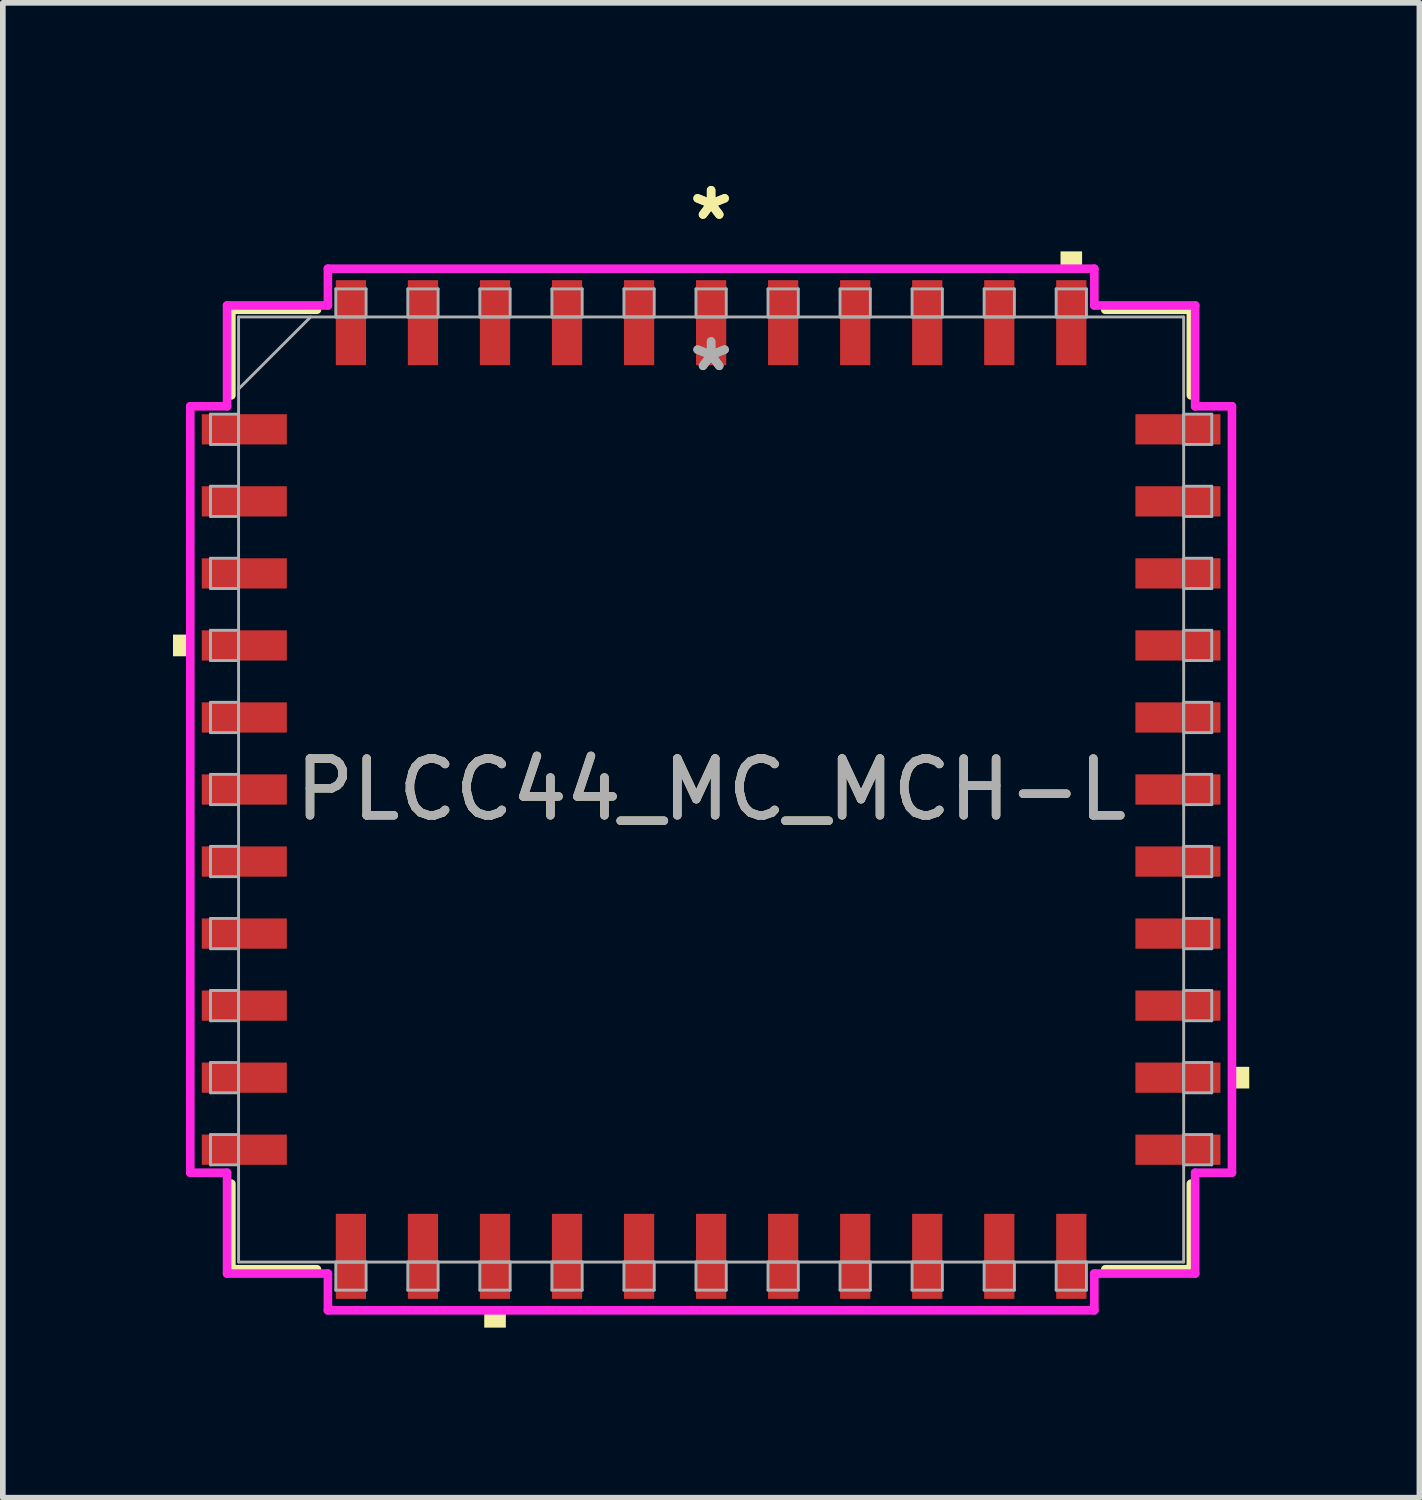
<source format=kicad_pcb>
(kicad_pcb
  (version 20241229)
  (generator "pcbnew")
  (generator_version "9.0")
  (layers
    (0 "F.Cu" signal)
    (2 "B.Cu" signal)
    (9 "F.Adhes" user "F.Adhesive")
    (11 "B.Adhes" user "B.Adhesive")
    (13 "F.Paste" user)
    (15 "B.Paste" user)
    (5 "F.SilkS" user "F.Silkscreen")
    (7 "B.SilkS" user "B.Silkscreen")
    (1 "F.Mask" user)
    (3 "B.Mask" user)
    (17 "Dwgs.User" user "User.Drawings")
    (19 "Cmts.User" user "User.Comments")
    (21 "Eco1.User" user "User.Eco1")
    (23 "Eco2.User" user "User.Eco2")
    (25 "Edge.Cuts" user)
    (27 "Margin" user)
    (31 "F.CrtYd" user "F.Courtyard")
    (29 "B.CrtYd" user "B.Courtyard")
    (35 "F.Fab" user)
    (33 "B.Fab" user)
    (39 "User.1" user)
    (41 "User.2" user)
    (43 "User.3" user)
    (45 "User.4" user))
  (footprint "PLCC44_MC_MCH-L"
    (layer "F.Cu")
    (at 9.487 10.869)
    (property "Reference" "PLCC44_MC_MCH-L" (at 0 0 0) (unlocked yes) (layer "F.SilkS") (effects (font (size 1 1) (thickness 0.15))))
    (attr smd)
    (fp_line (start -8.458 -8.458) (end -8.458 -6.949) (stroke (width 0.152) (type solid)) (layer "F.SilkS"))
    (fp_line (start -8.458 6.949) (end -8.458 8.458) (stroke (width 0.152) (type solid)) (layer "F.SilkS"))
    (fp_line (start -8.458 8.458) (end -6.949 8.458) (stroke (width 0.152) (type solid)) (layer "F.SilkS"))
    (fp_line (start -6.949 -8.458) (end -8.458 -8.458) (stroke (width 0.152) (type solid)) (layer "F.SilkS"))
    (fp_line (start 6.949 8.458) (end 8.458 8.458) (stroke (width 0.152) (type solid)) (layer "F.SilkS"))
    (fp_line (start 8.458 -8.458) (end 6.949 -8.458) (stroke (width 0.152) (type solid)) (layer "F.SilkS"))
    (fp_line (start 8.458 -6.949) (end 8.458 -8.458) (stroke (width 0.152) (type solid)) (layer "F.SilkS"))
    (fp_line (start 8.458 8.458) (end 8.458 6.949) (stroke (width 0.152) (type solid)) (layer "F.SilkS"))
    (fp_poly (pts (xy -9.487 -2.731) (xy -9.487 -2.349) (xy -9.233 -2.349) (xy -9.233 -2.731)) (stroke (width 0) (type solid)) (fill yes) (layer "F.SilkS"))
    (fp_poly (pts (xy -4 9.233) (xy -4 9.487) (xy -3.619 9.487) (xy -3.619 9.233)) (stroke (width 0) (type solid)) (fill yes) (layer "F.SilkS"))
    (fp_poly (pts (xy 6.16 -9.233) (xy 6.16 -9.487) (xy 6.54 -9.487) (xy 6.54 -9.233)) (stroke (width 0) (type solid)) (fill yes) (layer "F.SilkS"))
    (fp_poly (pts (xy 9.487 4.889) (xy 9.487 5.271) (xy 9.233 5.271) (xy 9.233 4.889)) (stroke (width 0) (type solid)) (fill yes) (layer "F.SilkS"))
    (fp_line (start -9.182 -6.756) (end -8.534 -6.756) (stroke (width 0.152) (type solid)) (layer "F.CrtYd"))
    (fp_line (start -9.182 6.756) (end -9.182 -6.756) (stroke (width 0.152) (type solid)) (layer "F.CrtYd"))
    (fp_line (start -9.182 6.756) (end -8.534 6.756) (stroke (width 0.152) (type solid)) (layer "F.CrtYd"))
    (fp_line (start -8.534 -8.534) (end -6.756 -8.534) (stroke (width 0.152) (type solid)) (layer "F.CrtYd"))
    (fp_line (start -8.534 -6.756) (end -8.534 -8.534) (stroke (width 0.152) (type solid)) (layer "F.CrtYd"))
    (fp_line (start -8.534 8.534) (end -8.534 6.756) (stroke (width 0.152) (type solid)) (layer "F.CrtYd"))
    (fp_line (start -6.756 -9.182) (end 6.756 -9.182) (stroke (width 0.152) (type solid)) (layer "F.CrtYd"))
    (fp_line (start -6.756 -8.534) (end -6.756 -9.182) (stroke (width 0.152) (type solid)) (layer "F.CrtYd"))
    (fp_line (start -6.756 8.534) (end -8.534 8.534) (stroke (width 0.152) (type solid)) (layer "F.CrtYd"))
    (fp_line (start -6.756 9.182) (end -6.756 8.534) (stroke (width 0.152) (type solid)) (layer "F.CrtYd"))
    (fp_line (start 6.756 -9.182) (end 6.756 -8.534) (stroke (width 0.152) (type solid)) (layer "F.CrtYd"))
    (fp_line (start 6.756 -8.534) (end 8.534 -8.534) (stroke (width 0.152) (type solid)) (layer "F.CrtYd"))
    (fp_line (start 6.756 8.534) (end 6.756 9.182) (stroke (width 0.152) (type solid)) (layer "F.CrtYd"))
    (fp_line (start 6.756 9.182) (end -6.756 9.182) (stroke (width 0.152) (type solid)) (layer "F.CrtYd"))
    (fp_line (start 8.534 -8.534) (end 8.534 -6.756) (stroke (width 0.152) (type solid)) (layer "F.CrtYd"))
    (fp_line (start 8.534 -6.756) (end 9.182 -6.756) (stroke (width 0.152) (type solid)) (layer "F.CrtYd"))
    (fp_line (start 8.534 6.756) (end 8.534 8.534) (stroke (width 0.152) (type solid)) (layer "F.CrtYd"))
    (fp_line (start 8.534 8.534) (end 6.756 8.534) (stroke (width 0.152) (type solid)) (layer "F.CrtYd"))
    (fp_line (start 9.182 -6.756) (end 9.182 6.756) (stroke (width 0.152) (type solid)) (layer "F.CrtYd"))
    (fp_line (start 9.182 6.756) (end 8.534 6.756) (stroke (width 0.152) (type solid)) (layer "F.CrtYd"))
    (fp_line (start -8.826 -6.617) (end -8.826 -6.083) (stroke (width 0.051) (type solid)) (layer "F.Fab"))
    (fp_line (start -8.826 -6.083) (end -8.331 -6.083) (stroke (width 0.051) (type solid)) (layer "F.Fab"))
    (fp_line (start -8.826 -5.347) (end -8.826 -4.813) (stroke (width 0.051) (type solid)) (layer "F.Fab"))
    (fp_line (start -8.826 -4.813) (end -8.331 -4.813) (stroke (width 0.051) (type solid)) (layer "F.Fab"))
    (fp_line (start -8.826 -4.077) (end -8.826 -3.543) (stroke (width 0.051) (type solid)) (layer "F.Fab"))
    (fp_line (start -8.826 -3.543) (end -8.331 -3.543) (stroke (width 0.051) (type solid)) (layer "F.Fab"))
    (fp_line (start -8.826 -2.807) (end -8.826 -2.273) (stroke (width 0.051) (type solid)) (layer "F.Fab"))
    (fp_line (start -8.826 -2.273) (end -8.331 -2.273) (stroke (width 0.051) (type solid)) (layer "F.Fab"))
    (fp_line (start -8.826 -1.537) (end -8.826 -1.003) (stroke (width 0.051) (type solid)) (layer "F.Fab"))
    (fp_line (start -8.826 -1.003) (end -8.331 -1.003) (stroke (width 0.051) (type solid)) (layer "F.Fab"))
    (fp_line (start -8.826 -0.267) (end -8.826 0.267) (stroke (width 0.051) (type solid)) (layer "F.Fab"))
    (fp_line (start -8.826 0.267) (end -8.331 0.267) (stroke (width 0.051) (type solid)) (layer "F.Fab"))
    (fp_line (start -8.826 1.003) (end -8.826 1.537) (stroke (width 0.051) (type solid)) (layer "F.Fab"))
    (fp_line (start -8.826 1.537) (end -8.331 1.537) (stroke (width 0.051) (type solid)) (layer "F.Fab"))
    (fp_line (start -8.826 2.273) (end -8.826 2.807) (stroke (width 0.051) (type solid)) (layer "F.Fab"))
    (fp_line (start -8.826 2.807) (end -8.331 2.807) (stroke (width 0.051) (type solid)) (layer "F.Fab"))
    (fp_line (start -8.826 3.543) (end -8.826 4.077) (stroke (width 0.051) (type solid)) (layer "F.Fab"))
    (fp_line (start -8.826 4.077) (end -8.331 4.077) (stroke (width 0.051) (type solid)) (layer "F.Fab"))
    (fp_line (start -8.826 4.813) (end -8.826 5.347) (stroke (width 0.051) (type solid)) (layer "F.Fab"))
    (fp_line (start -8.826 5.347) (end -8.331 5.347) (stroke (width 0.051) (type solid)) (layer "F.Fab"))
    (fp_line (start -8.826 6.083) (end -8.826 6.617) (stroke (width 0.051) (type solid)) (layer "F.Fab"))
    (fp_line (start -8.826 6.617) (end -8.331 6.617) (stroke (width 0.051) (type solid)) (layer "F.Fab"))
    (fp_line (start -8.331 -8.331) (end -8.331 8.331) (stroke (width 0.051) (type solid)) (layer "F.Fab"))
    (fp_line (start -8.331 -7.061) (end -7.061 -8.331) (stroke (width 0.051) (type solid)) (layer "F.Fab"))
    (fp_line (start -8.331 -6.617) (end -8.826 -6.617) (stroke (width 0.051) (type solid)) (layer "F.Fab"))
    (fp_line (start -8.331 -6.083) (end -8.331 -6.617) (stroke (width 0.051) (type solid)) (layer "F.Fab"))
    (fp_line (start -8.331 -5.347) (end -8.826 -5.347) (stroke (width 0.051) (type solid)) (layer "F.Fab"))
    (fp_line (start -8.331 -4.813) (end -8.331 -5.347) (stroke (width 0.051) (type solid)) (layer "F.Fab"))
    (fp_line (start -8.331 -4.077) (end -8.826 -4.077) (stroke (width 0.051) (type solid)) (layer "F.Fab"))
    (fp_line (start -8.331 -3.543) (end -8.331 -4.077) (stroke (width 0.051) (type solid)) (layer "F.Fab"))
    (fp_line (start -8.331 -2.807) (end -8.826 -2.807) (stroke (width 0.051) (type solid)) (layer "F.Fab"))
    (fp_line (start -8.331 -2.273) (end -8.331 -2.807) (stroke (width 0.051) (type solid)) (layer "F.Fab"))
    (fp_line (start -8.331 -1.537) (end -8.826 -1.537) (stroke (width 0.051) (type solid)) (layer "F.Fab"))
    (fp_line (start -8.331 -1.003) (end -8.331 -1.537) (stroke (width 0.051) (type solid)) (layer "F.Fab"))
    (fp_line (start -8.331 -0.267) (end -8.826 -0.267) (stroke (width 0.051) (type solid)) (layer "F.Fab"))
    (fp_line (start -8.331 0.267) (end -8.331 -0.267) (stroke (width 0.051) (type solid)) (layer "F.Fab"))
    (fp_line (start -8.331 1.003) (end -8.826 1.003) (stroke (width 0.051) (type solid)) (layer "F.Fab"))
    (fp_line (start -8.331 1.537) (end -8.331 1.003) (stroke (width 0.051) (type solid)) (layer "F.Fab"))
    (fp_line (start -8.331 2.273) (end -8.826 2.273) (stroke (width 0.051) (type solid)) (layer "F.Fab"))
    (fp_line (start -8.331 2.807) (end -8.331 2.273) (stroke (width 0.051) (type solid)) (layer "F.Fab"))
    (fp_line (start -8.331 3.543) (end -8.826 3.543) (stroke (width 0.051) (type solid)) (layer "F.Fab"))
    (fp_line (start -8.331 4.077) (end -8.331 3.543) (stroke (width 0.051) (type solid)) (layer "F.Fab"))
    (fp_line (start -8.331 4.813) (end -8.826 4.813) (stroke (width 0.051) (type solid)) (layer "F.Fab"))
    (fp_line (start -8.331 5.347) (end -8.331 4.813) (stroke (width 0.051) (type solid)) (layer "F.Fab"))
    (fp_line (start -8.331 6.083) (end -8.826 6.083) (stroke (width 0.051) (type solid)) (layer "F.Fab"))
    (fp_line (start -8.331 6.617) (end -8.331 6.083) (stroke (width 0.051) (type solid)) (layer "F.Fab"))
    (fp_line (start -8.331 8.331) (end 8.331 8.331) (stroke (width 0.051) (type solid)) (layer "F.Fab"))
    (fp_line (start -6.617 -8.826) (end -6.617 -8.331) (stroke (width 0.051) (type solid)) (layer "F.Fab"))
    (fp_line (start -6.617 -8.331) (end -6.083 -8.331) (stroke (width 0.051) (type solid)) (layer "F.Fab"))
    (fp_line (start -6.617 8.331) (end -6.617 8.826) (stroke (width 0.051) (type solid)) (layer "F.Fab"))
    (fp_line (start -6.617 8.826) (end -6.083 8.826) (stroke (width 0.051) (type solid)) (layer "F.Fab"))
    (fp_line (start -6.083 -8.826) (end -6.617 -8.826) (stroke (width 0.051) (type solid)) (layer "F.Fab"))
    (fp_line (start -6.083 -8.331) (end -6.083 -8.826) (stroke (width 0.051) (type solid)) (layer "F.Fab"))
    (fp_line (start -6.083 8.331) (end -6.617 8.331) (stroke (width 0.051) (type solid)) (layer "F.Fab"))
    (fp_line (start -6.083 8.826) (end -6.083 8.331) (stroke (width 0.051) (type solid)) (layer "F.Fab"))
    (fp_line (start -5.347 -8.826) (end -5.347 -8.331) (stroke (width 0.051) (type solid)) (layer "F.Fab"))
    (fp_line (start -5.347 -8.331) (end -4.813 -8.331) (stroke (width 0.051) (type solid)) (layer "F.Fab"))
    (fp_line (start -5.347 8.331) (end -5.347 8.826) (stroke (width 0.051) (type solid)) (layer "F.Fab"))
    (fp_line (start -5.347 8.826) (end -4.813 8.826) (stroke (width 0.051) (type solid)) (layer "F.Fab"))
    (fp_line (start -4.813 -8.826) (end -5.347 -8.826) (stroke (width 0.051) (type solid)) (layer "F.Fab"))
    (fp_line (start -4.813 -8.331) (end -4.813 -8.826) (stroke (width 0.051) (type solid)) (layer "F.Fab"))
    (fp_line (start -4.813 8.331) (end -5.347 8.331) (stroke (width 0.051) (type solid)) (layer "F.Fab"))
    (fp_line (start -4.813 8.826) (end -4.813 8.331) (stroke (width 0.051) (type solid)) (layer "F.Fab"))
    (fp_line (start -4.077 -8.826) (end -4.077 -8.331) (stroke (width 0.051) (type solid)) (layer "F.Fab"))
    (fp_line (start -4.077 -8.331) (end -3.543 -8.331) (stroke (width 0.051) (type solid)) (layer "F.Fab"))
    (fp_line (start -4.077 8.331) (end -4.077 8.826) (stroke (width 0.051) (type solid)) (layer "F.Fab"))
    (fp_line (start -4.077 8.826) (end -3.543 8.826) (stroke (width 0.051) (type solid)) (layer "F.Fab"))
    (fp_line (start -3.543 -8.826) (end -4.077 -8.826) (stroke (width 0.051) (type solid)) (layer "F.Fab"))
    (fp_line (start -3.543 -8.331) (end -3.543 -8.826) (stroke (width 0.051) (type solid)) (layer "F.Fab"))
    (fp_line (start -3.543 8.331) (end -4.077 8.331) (stroke (width 0.051) (type solid)) (layer "F.Fab"))
    (fp_line (start -3.543 8.826) (end -3.543 8.331) (stroke (width 0.051) (type solid)) (layer "F.Fab"))
    (fp_line (start -2.807 -8.826) (end -2.807 -8.331) (stroke (width 0.051) (type solid)) (layer "F.Fab"))
    (fp_line (start -2.807 -8.331) (end -2.273 -8.331) (stroke (width 0.051) (type solid)) (layer "F.Fab"))
    (fp_line (start -2.807 8.331) (end -2.807 8.826) (stroke (width 0.051) (type solid)) (layer "F.Fab"))
    (fp_line (start -2.807 8.826) (end -2.273 8.826) (stroke (width 0.051) (type solid)) (layer "F.Fab"))
    (fp_line (start -2.273 -8.826) (end -2.807 -8.826) (stroke (width 0.051) (type solid)) (layer "F.Fab"))
    (fp_line (start -2.273 -8.331) (end -2.273 -8.826) (stroke (width 0.051) (type solid)) (layer "F.Fab"))
    (fp_line (start -2.273 8.331) (end -2.807 8.331) (stroke (width 0.051) (type solid)) (layer "F.Fab"))
    (fp_line (start -2.273 8.826) (end -2.273 8.331) (stroke (width 0.051) (type solid)) (layer "F.Fab"))
    (fp_line (start -1.537 -8.826) (end -1.537 -8.331) (stroke (width 0.051) (type solid)) (layer "F.Fab"))
    (fp_line (start -1.537 -8.331) (end -1.003 -8.331) (stroke (width 0.051) (type solid)) (layer "F.Fab"))
    (fp_line (start -1.537 8.331) (end -1.537 8.826) (stroke (width 0.051) (type solid)) (layer "F.Fab"))
    (fp_line (start -1.537 8.826) (end -1.003 8.826) (stroke (width 0.051) (type solid)) (layer "F.Fab"))
    (fp_line (start -1.003 -8.826) (end -1.537 -8.826) (stroke (width 0.051) (type solid)) (layer "F.Fab"))
    (fp_line (start -1.003 -8.331) (end -1.003 -8.826) (stroke (width 0.051) (type solid)) (layer "F.Fab"))
    (fp_line (start -1.003 8.331) (end -1.537 8.331) (stroke (width 0.051) (type solid)) (layer "F.Fab"))
    (fp_line (start -1.003 8.826) (end -1.003 8.331) (stroke (width 0.051) (type solid)) (layer "F.Fab"))
    (fp_line (start -0.267 -8.826) (end -0.267 -8.331) (stroke (width 0.051) (type solid)) (layer "F.Fab"))
    (fp_line (start -0.267 -8.331) (end 0.267 -8.331) (stroke (width 0.051) (type solid)) (layer "F.Fab"))
    (fp_line (start -0.267 8.331) (end -0.267 8.826) (stroke (width 0.051) (type solid)) (layer "F.Fab"))
    (fp_line (start -0.267 8.826) (end 0.267 8.826) (stroke (width 0.051) (type solid)) (layer "F.Fab"))
    (fp_line (start 0.267 -8.826) (end -0.267 -8.826) (stroke (width 0.051) (type solid)) (layer "F.Fab"))
    (fp_line (start 0.267 -8.331) (end 0.267 -8.826) (stroke (width 0.051) (type solid)) (layer "F.Fab"))
    (fp_line (start 0.267 8.331) (end -0.267 8.331) (stroke (width 0.051) (type solid)) (layer "F.Fab"))
    (fp_line (start 0.267 8.826) (end 0.267 8.331) (stroke (width 0.051) (type solid)) (layer "F.Fab"))
    (fp_line (start 1.003 -8.826) (end 1.003 -8.331) (stroke (width 0.051) (type solid)) (layer "F.Fab"))
    (fp_line (start 1.003 -8.331) (end 1.537 -8.331) (stroke (width 0.051) (type solid)) (layer "F.Fab"))
    (fp_line (start 1.003 8.331) (end 1.003 8.826) (stroke (width 0.051) (type solid)) (layer "F.Fab"))
    (fp_line (start 1.003 8.826) (end 1.537 8.826) (stroke (width 0.051) (type solid)) (layer "F.Fab"))
    (fp_line (start 1.537 -8.826) (end 1.003 -8.826) (stroke (width 0.051) (type solid)) (layer "F.Fab"))
    (fp_line (start 1.537 -8.331) (end 1.537 -8.826) (stroke (width 0.051) (type solid)) (layer "F.Fab"))
    (fp_line (start 1.537 8.331) (end 1.003 8.331) (stroke (width 0.051) (type solid)) (layer "F.Fab"))
    (fp_line (start 1.537 8.826) (end 1.537 8.331) (stroke (width 0.051) (type solid)) (layer "F.Fab"))
    (fp_line (start 2.273 -8.826) (end 2.273 -8.331) (stroke (width 0.051) (type solid)) (layer "F.Fab"))
    (fp_line (start 2.273 -8.331) (end 2.807 -8.331) (stroke (width 0.051) (type solid)) (layer "F.Fab"))
    (fp_line (start 2.273 8.331) (end 2.273 8.826) (stroke (width 0.051) (type solid)) (layer "F.Fab"))
    (fp_line (start 2.273 8.826) (end 2.807 8.826) (stroke (width 0.051) (type solid)) (layer "F.Fab"))
    (fp_line (start 2.807 -8.826) (end 2.273 -8.826) (stroke (width 0.051) (type solid)) (layer "F.Fab"))
    (fp_line (start 2.807 -8.331) (end 2.807 -8.826) (stroke (width 0.051) (type solid)) (layer "F.Fab"))
    (fp_line (start 2.807 8.331) (end 2.273 8.331) (stroke (width 0.051) (type solid)) (layer "F.Fab"))
    (fp_line (start 2.807 8.826) (end 2.807 8.331) (stroke (width 0.051) (type solid)) (layer "F.Fab"))
    (fp_line (start 3.543 -8.826) (end 3.543 -8.331) (stroke (width 0.051) (type solid)) (layer "F.Fab"))
    (fp_line (start 3.543 -8.331) (end 4.077 -8.331) (stroke (width 0.051) (type solid)) (layer "F.Fab"))
    (fp_line (start 3.543 8.331) (end 3.543 8.826) (stroke (width 0.051) (type solid)) (layer "F.Fab"))
    (fp_line (start 3.543 8.826) (end 4.077 8.826) (stroke (width 0.051) (type solid)) (layer "F.Fab"))
    (fp_line (start 4.077 -8.826) (end 3.543 -8.826) (stroke (width 0.051) (type solid)) (layer "F.Fab"))
    (fp_line (start 4.077 -8.331) (end 4.077 -8.826) (stroke (width 0.051) (type solid)) (layer "F.Fab"))
    (fp_line (start 4.077 8.331) (end 3.543 8.331) (stroke (width 0.051) (type solid)) (layer "F.Fab"))
    (fp_line (start 4.077 8.826) (end 4.077 8.331) (stroke (width 0.051) (type solid)) (layer "F.Fab"))
    (fp_line (start 4.813 -8.826) (end 4.813 -8.331) (stroke (width 0.051) (type solid)) (layer "F.Fab"))
    (fp_line (start 4.813 -8.331) (end 5.347 -8.331) (stroke (width 0.051) (type solid)) (layer "F.Fab"))
    (fp_line (start 4.813 8.331) (end 4.813 8.826) (stroke (width 0.051) (type solid)) (layer "F.Fab"))
    (fp_line (start 4.813 8.826) (end 5.347 8.826) (stroke (width 0.051) (type solid)) (layer "F.Fab"))
    (fp_line (start 5.347 -8.826) (end 4.813 -8.826) (stroke (width 0.051) (type solid)) (layer "F.Fab"))
    (fp_line (start 5.347 -8.331) (end 5.347 -8.826) (stroke (width 0.051) (type solid)) (layer "F.Fab"))
    (fp_line (start 5.347 8.331) (end 4.813 8.331) (stroke (width 0.051) (type solid)) (layer "F.Fab"))
    (fp_line (start 5.347 8.826) (end 5.347 8.331) (stroke (width 0.051) (type solid)) (layer "F.Fab"))
    (fp_line (start 6.083 -8.826) (end 6.083 -8.331) (stroke (width 0.051) (type solid)) (layer "F.Fab"))
    (fp_line (start 6.083 -8.331) (end 6.617 -8.331) (stroke (width 0.051) (type solid)) (layer "F.Fab"))
    (fp_line (start 6.083 8.331) (end 6.083 8.826) (stroke (width 0.051) (type solid)) (layer "F.Fab"))
    (fp_line (start 6.083 8.826) (end 6.617 8.826) (stroke (width 0.051) (type solid)) (layer "F.Fab"))
    (fp_line (start 6.617 -8.826) (end 6.083 -8.826) (stroke (width 0.051) (type solid)) (layer "F.Fab"))
    (fp_line (start 6.617 -8.331) (end 6.617 -8.826) (stroke (width 0.051) (type solid)) (layer "F.Fab"))
    (fp_line (start 6.617 8.331) (end 6.083 8.331) (stroke (width 0.051) (type solid)) (layer "F.Fab"))
    (fp_line (start 6.617 8.826) (end 6.617 8.331) (stroke (width 0.051) (type solid)) (layer "F.Fab"))
    (fp_line (start 8.331 -8.331) (end -8.331 -8.331) (stroke (width 0.051) (type solid)) (layer "F.Fab"))
    (fp_line (start 8.331 -6.617) (end 8.331 -6.083) (stroke (width 0.051) (type solid)) (layer "F.Fab"))
    (fp_line (start 8.331 -6.083) (end 8.826 -6.083) (stroke (width 0.051) (type solid)) (layer "F.Fab"))
    (fp_line (start 8.331 -5.347) (end 8.331 -4.813) (stroke (width 0.051) (type solid)) (layer "F.Fab"))
    (fp_line (start 8.331 -4.813) (end 8.826 -4.813) (stroke (width 0.051) (type solid)) (layer "F.Fab"))
    (fp_line (start 8.331 -4.077) (end 8.331 -3.543) (stroke (width 0.051) (type solid)) (layer "F.Fab"))
    (fp_line (start 8.331 -3.543) (end 8.826 -3.543) (stroke (width 0.051) (type solid)) (layer "F.Fab"))
    (fp_line (start 8.331 -2.807) (end 8.331 -2.273) (stroke (width 0.051) (type solid)) (layer "F.Fab"))
    (fp_line (start 8.331 -2.273) (end 8.826 -2.273) (stroke (width 0.051) (type solid)) (layer "F.Fab"))
    (fp_line (start 8.331 -1.537) (end 8.331 -1.003) (stroke (width 0.051) (type solid)) (layer "F.Fab"))
    (fp_line (start 8.331 -1.003) (end 8.826 -1.003) (stroke (width 0.051) (type solid)) (layer "F.Fab"))
    (fp_line (start 8.331 -0.267) (end 8.331 0.267) (stroke (width 0.051) (type solid)) (layer "F.Fab"))
    (fp_line (start 8.331 0.267) (end 8.826 0.267) (stroke (width 0.051) (type solid)) (layer "F.Fab"))
    (fp_line (start 8.331 1.003) (end 8.331 1.537) (stroke (width 0.051) (type solid)) (layer "F.Fab"))
    (fp_line (start 8.331 1.537) (end 8.826 1.537) (stroke (width 0.051) (type solid)) (layer "F.Fab"))
    (fp_line (start 8.331 2.273) (end 8.331 2.807) (stroke (width 0.051) (type solid)) (layer "F.Fab"))
    (fp_line (start 8.331 2.807) (end 8.826 2.807) (stroke (width 0.051) (type solid)) (layer "F.Fab"))
    (fp_line (start 8.331 3.543) (end 8.331 4.077) (stroke (width 0.051) (type solid)) (layer "F.Fab"))
    (fp_line (start 8.331 4.077) (end 8.826 4.077) (stroke (width 0.051) (type solid)) (layer "F.Fab"))
    (fp_line (start 8.331 4.813) (end 8.331 5.347) (stroke (width 0.051) (type solid)) (layer "F.Fab"))
    (fp_line (start 8.331 5.347) (end 8.826 5.347) (stroke (width 0.051) (type solid)) (layer "F.Fab"))
    (fp_line (start 8.331 6.083) (end 8.331 6.617) (stroke (width 0.051) (type solid)) (layer "F.Fab"))
    (fp_line (start 8.331 6.617) (end 8.826 6.617) (stroke (width 0.051) (type solid)) (layer "F.Fab"))
    (fp_line (start 8.331 8.331) (end 8.331 -8.331) (stroke (width 0.051) (type solid)) (layer "F.Fab"))
    (fp_line (start 8.826 -6.617) (end 8.331 -6.617) (stroke (width 0.051) (type solid)) (layer "F.Fab"))
    (fp_line (start 8.826 -6.083) (end 8.826 -6.617) (stroke (width 0.051) (type solid)) (layer "F.Fab"))
    (fp_line (start 8.826 -5.347) (end 8.331 -5.347) (stroke (width 0.051) (type solid)) (layer "F.Fab"))
    (fp_line (start 8.826 -4.813) (end 8.826 -5.347) (stroke (width 0.051) (type solid)) (layer "F.Fab"))
    (fp_line (start 8.826 -4.077) (end 8.331 -4.077) (stroke (width 0.051) (type solid)) (layer "F.Fab"))
    (fp_line (start 8.826 -3.543) (end 8.826 -4.077) (stroke (width 0.051) (type solid)) (layer "F.Fab"))
    (fp_line (start 8.826 -2.807) (end 8.331 -2.807) (stroke (width 0.051) (type solid)) (layer "F.Fab"))
    (fp_line (start 8.826 -2.273) (end 8.826 -2.807) (stroke (width 0.051) (type solid)) (layer "F.Fab"))
    (fp_line (start 8.826 -1.537) (end 8.331 -1.537) (stroke (width 0.051) (type solid)) (layer "F.Fab"))
    (fp_line (start 8.826 -1.003) (end 8.826 -1.537) (stroke (width 0.051) (type solid)) (layer "F.Fab"))
    (fp_line (start 8.826 -0.267) (end 8.331 -0.267) (stroke (width 0.051) (type solid)) (layer "F.Fab"))
    (fp_line (start 8.826 0.267) (end 8.826 -0.267) (stroke (width 0.051) (type solid)) (layer "F.Fab"))
    (fp_line (start 8.826 1.003) (end 8.331 1.003) (stroke (width 0.051) (type solid)) (layer "F.Fab"))
    (fp_line (start 8.826 1.537) (end 8.826 1.003) (stroke (width 0.051) (type solid)) (layer "F.Fab"))
    (fp_line (start 8.826 2.273) (end 8.331 2.273) (stroke (width 0.051) (type solid)) (layer "F.Fab"))
    (fp_line (start 8.826 2.807) (end 8.826 2.273) (stroke (width 0.051) (type solid)) (layer "F.Fab"))
    (fp_line (start 8.826 3.543) (end 8.331 3.543) (stroke (width 0.051) (type solid)) (layer "F.Fab"))
    (fp_line (start 8.826 4.077) (end 8.826 3.543) (stroke (width 0.051) (type solid)) (layer "F.Fab"))
    (fp_line (start 8.826 4.813) (end 8.331 4.813) (stroke (width 0.051) (type solid)) (layer "F.Fab"))
    (fp_line (start 8.826 5.347) (end 8.826 4.813) (stroke (width 0.051) (type solid)) (layer "F.Fab"))
    (fp_line (start 8.826 6.083) (end 8.331 6.083) (stroke (width 0.051) (type solid)) (layer "F.Fab"))
    (fp_line (start 8.826 6.617) (end 8.826 6.083) (stroke (width 0.051) (type solid)) (layer "F.Fab"))
    (fp_text user "*" (at 0 -10.02 0) (unlocked yes) (layer "F.SilkS") (effects (font (size 1 1) (thickness 0.15))))
    (fp_text user "*" (at 0 -10.02 0) (layer "F.SilkS") (effects (font (size 1 1) (thickness 0.15))))
    (fp_text user "*" (at 0 -7.353 0) (unlocked yes) (layer "F.Fab") (effects (font (size 1 1) (thickness 0.15))))
    (fp_text user "${REFERENCE}" (at 0 0 0) (unlocked yes) (layer "F.Fab") (effects (font (size 1 1) (thickness 0.15))))
    (fp_text user "*" (at 0 -7.353 0) (layer "F.Fab") (effects (font (size 1 1) (thickness 0.15))))
    (pad "1" smd rect (at 0 -8.23) (size 0.533 1.499) (layers "F.Cu" "F.Mask" "F.Paste"))
    (pad "2" smd rect (at -1.27 -8.23) (size 0.533 1.499) (layers "F.Cu" "F.Mask" "F.Paste"))
    (pad "3" smd rect (at -2.54 -8.23) (size 0.533 1.499) (layers "F.Cu" "F.Mask" "F.Paste"))
    (pad "4" smd rect (at -3.81 -8.23) (size 0.533 1.499) (layers "F.Cu" "F.Mask" "F.Paste"))
    (pad "5" smd rect (at -5.08 -8.23) (size 0.533 1.499) (layers "F.Cu" "F.Mask" "F.Paste"))
    (pad "6" smd rect (at -6.35 -8.23) (size 0.533 1.499) (layers "F.Cu" "F.Mask" "F.Paste"))
    (pad "7" smd rect (at -8.23 -6.35 90) (size 0.533 1.499) (layers "F.Cu" "F.Mask" "F.Paste"))
    (pad "8" smd rect (at -8.23 -5.08 90) (size 0.533 1.499) (layers "F.Cu" "F.Mask" "F.Paste"))
    (pad "9" smd rect (at -8.23 -3.81 90) (size 0.533 1.499) (layers "F.Cu" "F.Mask" "F.Paste"))
    (pad "10" smd rect (at -8.23 -2.54 90) (size 0.533 1.499) (layers "F.Cu" "F.Mask" "F.Paste"))
    (pad "11" smd rect (at -8.23 -1.27 90) (size 0.533 1.499) (layers "F.Cu" "F.Mask" "F.Paste"))
    (pad "12" smd rect (at -8.23 0 90) (size 0.533 1.499) (layers "F.Cu" "F.Mask" "F.Paste"))
    (pad "13" smd rect (at -8.23 1.27 90) (size 0.533 1.499) (layers "F.Cu" "F.Mask" "F.Paste"))
    (pad "14" smd rect (at -8.23 2.54 90) (size 0.533 1.499) (layers "F.Cu" "F.Mask" "F.Paste"))
    (pad "15" smd rect (at -8.23 3.81 90) (size 0.533 1.499) (layers "F.Cu" "F.Mask" "F.Paste"))
    (pad "16" smd rect (at -8.23 5.08 90) (size 0.533 1.499) (layers "F.Cu" "F.Mask" "F.Paste"))
    (pad "17" smd rect (at -8.23 6.35 90) (size 0.533 1.499) (layers "F.Cu" "F.Mask" "F.Paste"))
    (pad "18" smd rect (at -6.35 8.23) (size 0.533 1.499) (layers "F.Cu" "F.Mask" "F.Paste"))
    (pad "19" smd rect (at -5.08 8.23) (size 0.533 1.499) (layers "F.Cu" "F.Mask" "F.Paste"))
    (pad "20" smd rect (at -3.81 8.23) (size 0.533 1.499) (layers "F.Cu" "F.Mask" "F.Paste"))
    (pad "21" smd rect (at -2.54 8.23) (size 0.533 1.499) (layers "F.Cu" "F.Mask" "F.Paste"))
    (pad "22" smd rect (at -1.27 8.23) (size 0.533 1.499) (layers "F.Cu" "F.Mask" "F.Paste"))
    (pad "23" smd rect (at 0 8.23) (size 0.533 1.499) (layers "F.Cu" "F.Mask" "F.Paste"))
    (pad "24" smd rect (at 1.27 8.23) (size 0.533 1.499) (layers "F.Cu" "F.Mask" "F.Paste"))
    (pad "25" smd rect (at 2.54 8.23) (size 0.533 1.499) (layers "F.Cu" "F.Mask" "F.Paste"))
    (pad "26" smd rect (at 3.81 8.23) (size 0.533 1.499) (layers "F.Cu" "F.Mask" "F.Paste"))
    (pad "27" smd rect (at 5.08 8.23) (size 0.533 1.499) (layers "F.Cu" "F.Mask" "F.Paste"))
    (pad "28" smd rect (at 6.35 8.23) (size 0.533 1.499) (layers "F.Cu" "F.Mask" "F.Paste"))
    (pad "29" smd rect (at 8.23 6.35 90) (size 0.533 1.499) (layers "F.Cu" "F.Mask" "F.Paste"))
    (pad "30" smd rect (at 8.23 5.08 90) (size 0.533 1.499) (layers "F.Cu" "F.Mask" "F.Paste"))
    (pad "31" smd rect (at 8.23 3.81 90) (size 0.533 1.499) (layers "F.Cu" "F.Mask" "F.Paste"))
    (pad "32" smd rect (at 8.23 2.54 90) (size 0.533 1.499) (layers "F.Cu" "F.Mask" "F.Paste"))
    (pad "33" smd rect (at 8.23 1.27 90) (size 0.533 1.499) (layers "F.Cu" "F.Mask" "F.Paste"))
    (pad "34" smd rect (at 8.23 0 90) (size 0.533 1.499) (layers "F.Cu" "F.Mask" "F.Paste"))
    (pad "35" smd rect (at 8.23 -1.27 90) (size 0.533 1.499) (layers "F.Cu" "F.Mask" "F.Paste"))
    (pad "36" smd rect (at 8.23 -2.54 90) (size 0.533 1.499) (layers "F.Cu" "F.Mask" "F.Paste"))
    (pad "37" smd rect (at 8.23 -3.81 90) (size 0.533 1.499) (layers "F.Cu" "F.Mask" "F.Paste"))
    (pad "38" smd rect (at 8.23 -5.08 90) (size 0.533 1.499) (layers "F.Cu" "F.Mask" "F.Paste"))
    (pad "39" smd rect (at 8.23 -6.35 90) (size 0.533 1.499) (layers "F.Cu" "F.Mask" "F.Paste"))
    (pad "40" smd rect (at 6.35 -8.23) (size 0.533 1.499) (layers "F.Cu" "F.Mask" "F.Paste"))
    (pad "41" smd rect (at 5.08 -8.23) (size 0.533 1.499) (layers "F.Cu" "F.Mask" "F.Paste"))
    (pad "42" smd rect (at 3.81 -8.23) (size 0.533 1.499) (layers "F.Cu" "F.Mask" "F.Paste"))
    (pad "43" smd rect (at 2.54 -8.23) (size 0.533 1.499) (layers "F.Cu" "F.Mask" "F.Paste"))
    (pad "44" smd rect (at 1.27 -8.23) (size 0.533 1.499) (layers "F.Cu" "F.Mask" "F.Paste")))
  (gr_rect
    (start -3 -3)
    (end 21.974 23.355)
    (stroke (width 0.1) (type default))
    (fill no)
    (layer "Edge.Cuts")))
</source>
